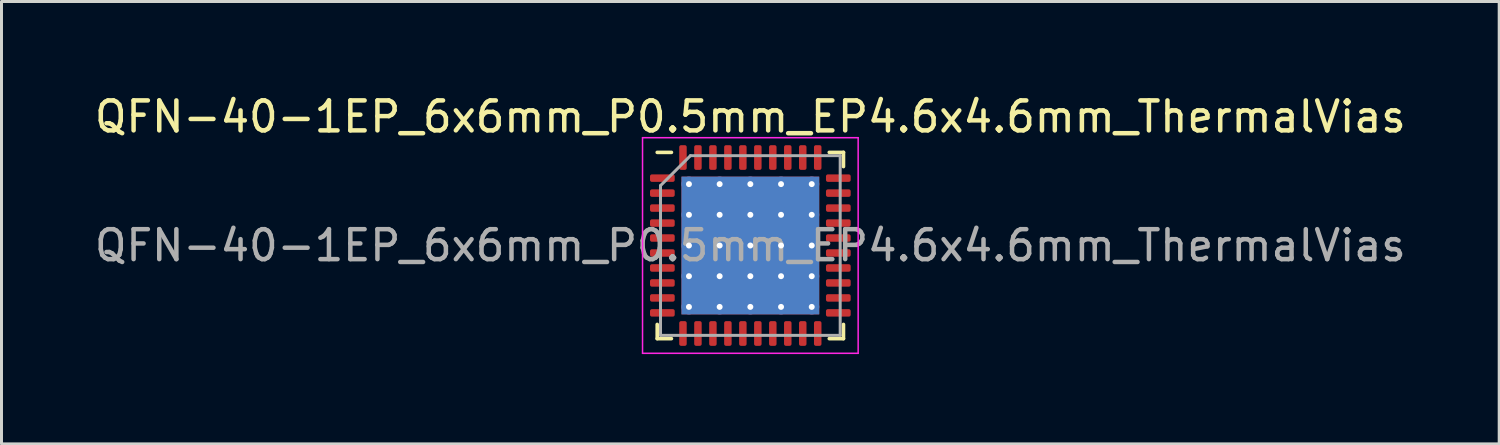
<source format=kicad_pcb>
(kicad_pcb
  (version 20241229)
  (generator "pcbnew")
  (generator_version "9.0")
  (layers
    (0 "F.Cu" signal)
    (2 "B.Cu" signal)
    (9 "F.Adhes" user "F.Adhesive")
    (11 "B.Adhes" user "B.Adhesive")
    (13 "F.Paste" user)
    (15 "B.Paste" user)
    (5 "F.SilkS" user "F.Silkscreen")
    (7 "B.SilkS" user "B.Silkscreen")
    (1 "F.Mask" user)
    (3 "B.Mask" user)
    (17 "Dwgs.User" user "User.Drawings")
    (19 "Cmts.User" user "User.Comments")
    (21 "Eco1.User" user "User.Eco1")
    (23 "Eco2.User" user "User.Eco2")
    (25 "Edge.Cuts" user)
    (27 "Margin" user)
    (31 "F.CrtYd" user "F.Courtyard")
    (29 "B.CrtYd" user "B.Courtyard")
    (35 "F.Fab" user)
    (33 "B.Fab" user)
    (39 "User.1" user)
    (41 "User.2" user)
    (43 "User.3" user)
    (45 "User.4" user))
  (footprint "QFN-40-1EP_6x6mm_P0.5mm_EP4.6x4.6mm_ThermalVias"
    (layer "F.Cu")
    (at 22.006 5.148)
    (property "Reference" "QFN-40-1EP_6x6mm_P0.5mm_EP4.6x4.6mm_ThermalVias" (at 0 -4.3 0) (layer "F.SilkS") (effects (font (size 1 1) (thickness 0.15))))
    (attr smd)
    (fp_line (start -3.11 3.11) (end -3.11 2.635) (stroke (width 0.12) (type solid)) (layer "F.SilkS"))
    (fp_line (start -2.635 -3.11) (end -3.11 -3.11) (stroke (width 0.12) (type solid)) (layer "F.SilkS"))
    (fp_line (start -2.635 3.11) (end -3.11 3.11) (stroke (width 0.12) (type solid)) (layer "F.SilkS"))
    (fp_line (start 2.635 -3.11) (end 3.11 -3.11) (stroke (width 0.12) (type solid)) (layer "F.SilkS"))
    (fp_line (start 2.635 3.11) (end 3.11 3.11) (stroke (width 0.12) (type solid)) (layer "F.SilkS"))
    (fp_line (start 3.11 -3.11) (end 3.11 -2.635) (stroke (width 0.12) (type solid)) (layer "F.SilkS"))
    (fp_line (start 3.11 3.11) (end 3.11 2.635) (stroke (width 0.12) (type solid)) (layer "F.SilkS"))
    (fp_line (start -3.6 -3.6) (end -3.6 3.6) (stroke (width 0.05) (type solid)) (layer "F.CrtYd"))
    (fp_line (start -3.6 3.6) (end 3.6 3.6) (stroke (width 0.05) (type solid)) (layer "F.CrtYd"))
    (fp_line (start 3.6 -3.6) (end -3.6 -3.6) (stroke (width 0.05) (type solid)) (layer "F.CrtYd"))
    (fp_line (start 3.6 3.6) (end 3.6 -3.6) (stroke (width 0.05) (type solid)) (layer "F.CrtYd"))
    (fp_line (start -3 -2) (end -2 -3) (stroke (width 0.1) (type solid)) (layer "F.Fab"))
    (fp_line (start -3 3) (end -3 -2) (stroke (width 0.1) (type solid)) (layer "F.Fab"))
    (fp_line (start -2 -3) (end 3 -3) (stroke (width 0.1) (type solid)) (layer "F.Fab"))
    (fp_line (start 3 -3) (end 3 3) (stroke (width 0.1) (type solid)) (layer "F.Fab"))
    (fp_line (start 3 3) (end -3 3) (stroke (width 0.1) (type solid)) (layer "F.Fab"))
    (fp_text user "${REFERENCE}" (at 0 0 0) (layer "F.Fab") (effects (font (size 1 1) (thickness 0.15))))
    (pad "" smd custom (at -1.538 -1.538) (size 0.786 0.786) (layers "F.Paste") (options (anchor circle)) (primitives (gr_poly (pts (xy 0.34 -0.253) (xy 0.34 0.253) (xy 0.253 0.34) (xy -0.253 0.34) (xy -0.34 0.253) (xy -0.34 -0.253) (xy -0.253 -0.34) (xy 0.253 -0.34)) (width 0.21) (fill yes))))
    (pad "" smd custom (at -1.538 -0.512) (size 0.786 0.786) (layers "F.Paste") (options (anchor circle)) (primitives (gr_poly (pts (xy 0.34 -0.253) (xy 0.34 0.253) (xy 0.253 0.34) (xy -0.253 0.34) (xy -0.34 0.253) (xy -0.34 -0.253) (xy -0.253 -0.34) (xy 0.253 -0.34)) (width 0.21) (fill yes))))
    (pad "" smd custom (at -1.538 0.512) (size 0.786 0.786) (layers "F.Paste") (options (anchor circle)) (primitives (gr_poly (pts (xy 0.34 -0.253) (xy 0.34 0.253) (xy 0.253 0.34) (xy -0.253 0.34) (xy -0.34 0.253) (xy -0.34 -0.253) (xy -0.253 -0.34) (xy 0.253 -0.34)) (width 0.21) (fill yes))))
    (pad "" smd custom (at -1.538 1.538) (size 0.786 0.786) (layers "F.Paste") (options (anchor circle)) (primitives (gr_poly (pts (xy 0.34 -0.253) (xy 0.34 0.253) (xy 0.253 0.34) (xy -0.253 0.34) (xy -0.34 0.253) (xy -0.34 -0.253) (xy -0.253 -0.34) (xy 0.253 -0.34)) (width 0.21) (fill yes))))
    (pad "" smd custom (at -0.512 -1.538) (size 0.786 0.786) (layers "F.Paste") (options (anchor circle)) (primitives (gr_poly (pts (xy 0.34 -0.253) (xy 0.34 0.253) (xy 0.253 0.34) (xy -0.253 0.34) (xy -0.34 0.253) (xy -0.34 -0.253) (xy -0.253 -0.34) (xy 0.253 -0.34)) (width 0.21) (fill yes))))
    (pad "" smd custom (at -0.512 -0.512) (size 0.786 0.786) (layers "F.Paste") (options (anchor circle)) (primitives (gr_poly (pts (xy 0.34 -0.253) (xy 0.34 0.253) (xy 0.253 0.34) (xy -0.253 0.34) (xy -0.34 0.253) (xy -0.34 -0.253) (xy -0.253 -0.34) (xy 0.253 -0.34)) (width 0.21) (fill yes))))
    (pad "" smd custom (at -0.512 0.512) (size 0.786 0.786) (layers "F.Paste") (options (anchor circle)) (primitives (gr_poly (pts (xy 0.34 -0.253) (xy 0.34 0.253) (xy 0.253 0.34) (xy -0.253 0.34) (xy -0.34 0.253) (xy -0.34 -0.253) (xy -0.253 -0.34) (xy 0.253 -0.34)) (width 0.21) (fill yes))))
    (pad "" smd custom (at -0.512 1.538) (size 0.786 0.786) (layers "F.Paste") (options (anchor circle)) (primitives (gr_poly (pts (xy 0.34 -0.253) (xy 0.34 0.253) (xy 0.253 0.34) (xy -0.253 0.34) (xy -0.34 0.253) (xy -0.34 -0.253) (xy -0.253 -0.34) (xy 0.253 -0.34)) (width 0.21) (fill yes))))
    (pad "" smd custom (at 0.512 -1.538) (size 0.786 0.786) (layers "F.Paste") (options (anchor circle)) (primitives (gr_poly (pts (xy 0.34 -0.253) (xy 0.34 0.253) (xy 0.253 0.34) (xy -0.253 0.34) (xy -0.34 0.253) (xy -0.34 -0.253) (xy -0.253 -0.34) (xy 0.253 -0.34)) (width 0.21) (fill yes))))
    (pad "" smd custom (at 0.512 -0.512) (size 0.786 0.786) (layers "F.Paste") (options (anchor circle)) (primitives (gr_poly (pts (xy 0.34 -0.253) (xy 0.34 0.253) (xy 0.253 0.34) (xy -0.253 0.34) (xy -0.34 0.253) (xy -0.34 -0.253) (xy -0.253 -0.34) (xy 0.253 -0.34)) (width 0.21) (fill yes))))
    (pad "" smd custom (at 0.512 0.512) (size 0.786 0.786) (layers "F.Paste") (options (anchor circle)) (primitives (gr_poly (pts (xy 0.34 -0.253) (xy 0.34 0.253) (xy 0.253 0.34) (xy -0.253 0.34) (xy -0.34 0.253) (xy -0.34 -0.253) (xy -0.253 -0.34) (xy 0.253 -0.34)) (width 0.21) (fill yes))))
    (pad "" smd custom (at 0.512 1.538) (size 0.786 0.786) (layers "F.Paste") (options (anchor circle)) (primitives (gr_poly (pts (xy 0.34 -0.253) (xy 0.34 0.253) (xy 0.253 0.34) (xy -0.253 0.34) (xy -0.34 0.253) (xy -0.34 -0.253) (xy -0.253 -0.34) (xy 0.253 -0.34)) (width 0.21) (fill yes))))
    (pad "" smd custom (at 1.538 -1.538) (size 0.786 0.786) (layers "F.Paste") (options (anchor circle)) (primitives (gr_poly (pts (xy 0.34 -0.253) (xy 0.34 0.253) (xy 0.253 0.34) (xy -0.253 0.34) (xy -0.34 0.253) (xy -0.34 -0.253) (xy -0.253 -0.34) (xy 0.253 -0.34)) (width 0.21) (fill yes))))
    (pad "" smd custom (at 1.538 -0.512) (size 0.786 0.786) (layers "F.Paste") (options (anchor circle)) (primitives (gr_poly (pts (xy 0.34 -0.253) (xy 0.34 0.253) (xy 0.253 0.34) (xy -0.253 0.34) (xy -0.34 0.253) (xy -0.34 -0.253) (xy -0.253 -0.34) (xy 0.253 -0.34)) (width 0.21) (fill yes))))
    (pad "" smd custom (at 1.538 0.512) (size 0.786 0.786) (layers "F.Paste") (options (anchor circle)) (primitives (gr_poly (pts (xy 0.34 -0.253) (xy 0.34 0.253) (xy 0.253 0.34) (xy -0.253 0.34) (xy -0.34 0.253) (xy -0.34 -0.253) (xy -0.253 -0.34) (xy 0.253 -0.34)) (width 0.21) (fill yes))))
    (pad "" smd custom (at 1.538 1.538) (size 0.786 0.786) (layers "F.Paste") (options (anchor circle)) (primitives (gr_poly (pts (xy 0.34 -0.253) (xy 0.34 0.253) (xy 0.253 0.34) (xy -0.253 0.34) (xy -0.34 0.253) (xy -0.34 -0.253) (xy -0.253 -0.34) (xy 0.253 -0.34)) (width 0.21) (fill yes))))
    (pad "1" smd roundrect (at -2.938 -2.25) (size 0.825 0.25) (layers "F.Cu" "F.Mask" "F.Paste") (roundrect_rratio 0.25))
    (pad "2" smd roundrect (at -2.938 -1.75) (size 0.825 0.25) (layers "F.Cu" "F.Mask" "F.Paste") (roundrect_rratio 0.25))
    (pad "3" smd roundrect (at -2.938 -1.25) (size 0.825 0.25) (layers "F.Cu" "F.Mask" "F.Paste") (roundrect_rratio 0.25))
    (pad "4" smd roundrect (at -2.938 -0.75) (size 0.825 0.25) (layers "F.Cu" "F.Mask" "F.Paste") (roundrect_rratio 0.25))
    (pad "5" smd roundrect (at -2.938 -0.25) (size 0.825 0.25) (layers "F.Cu" "F.Mask" "F.Paste") (roundrect_rratio 0.25))
    (pad "6" smd roundrect (at -2.938 0.25) (size 0.825 0.25) (layers "F.Cu" "F.Mask" "F.Paste") (roundrect_rratio 0.25))
    (pad "7" smd roundrect (at -2.938 0.75) (size 0.825 0.25) (layers "F.Cu" "F.Mask" "F.Paste") (roundrect_rratio 0.25))
    (pad "8" smd roundrect (at -2.938 1.25) (size 0.825 0.25) (layers "F.Cu" "F.Mask" "F.Paste") (roundrect_rratio 0.25))
    (pad "9" smd roundrect (at -2.938 1.75) (size 0.825 0.25) (layers "F.Cu" "F.Mask" "F.Paste") (roundrect_rratio 0.25))
    (pad "10" smd roundrect (at -2.938 2.25) (size 0.825 0.25) (layers "F.Cu" "F.Mask" "F.Paste") (roundrect_rratio 0.25))
    (pad "11" smd roundrect (at -2.25 2.938) (size 0.25 0.825) (layers "F.Cu" "F.Mask" "F.Paste") (roundrect_rratio 0.25))
    (pad "12" smd roundrect (at -1.75 2.938) (size 0.25 0.825) (layers "F.Cu" "F.Mask" "F.Paste") (roundrect_rratio 0.25))
    (pad "13" smd roundrect (at -1.25 2.938) (size 0.25 0.825) (layers "F.Cu" "F.Mask" "F.Paste") (roundrect_rratio 0.25))
    (pad "14" smd roundrect (at -0.75 2.938) (size 0.25 0.825) (layers "F.Cu" "F.Mask" "F.Paste") (roundrect_rratio 0.25))
    (pad "15" smd roundrect (at -0.25 2.938) (size 0.25 0.825) (layers "F.Cu" "F.Mask" "F.Paste") (roundrect_rratio 0.25))
    (pad "16" smd roundrect (at 0.25 2.938) (size 0.25 0.825) (layers "F.Cu" "F.Mask" "F.Paste") (roundrect_rratio 0.25))
    (pad "17" smd roundrect (at 0.75 2.938) (size 0.25 0.825) (layers "F.Cu" "F.Mask" "F.Paste") (roundrect_rratio 0.25))
    (pad "18" smd roundrect (at 1.25 2.938) (size 0.25 0.825) (layers "F.Cu" "F.Mask" "F.Paste") (roundrect_rratio 0.25))
    (pad "19" smd roundrect (at 1.75 2.938) (size 0.25 0.825) (layers "F.Cu" "F.Mask" "F.Paste") (roundrect_rratio 0.25))
    (pad "20" smd roundrect (at 2.25 2.938) (size 0.25 0.825) (layers "F.Cu" "F.Mask" "F.Paste") (roundrect_rratio 0.25))
    (pad "21" smd roundrect (at 2.938 2.25) (size 0.825 0.25) (layers "F.Cu" "F.Mask" "F.Paste") (roundrect_rratio 0.25))
    (pad "22" smd roundrect (at 2.938 1.75) (size 0.825 0.25) (layers "F.Cu" "F.Mask" "F.Paste") (roundrect_rratio 0.25))
    (pad "23" smd roundrect (at 2.938 1.25) (size 0.825 0.25) (layers "F.Cu" "F.Mask" "F.Paste") (roundrect_rratio 0.25))
    (pad "24" smd roundrect (at 2.938 0.75) (size 0.825 0.25) (layers "F.Cu" "F.Mask" "F.Paste") (roundrect_rratio 0.25))
    (pad "25" smd roundrect (at 2.938 0.25) (size 0.825 0.25) (layers "F.Cu" "F.Mask" "F.Paste") (roundrect_rratio 0.25))
    (pad "26" smd roundrect (at 2.938 -0.25) (size 0.825 0.25) (layers "F.Cu" "F.Mask" "F.Paste") (roundrect_rratio 0.25))
    (pad "27" smd roundrect (at 2.938 -0.75) (size 0.825 0.25) (layers "F.Cu" "F.Mask" "F.Paste") (roundrect_rratio 0.25))
    (pad "28" smd roundrect (at 2.938 -1.25) (size 0.825 0.25) (layers "F.Cu" "F.Mask" "F.Paste") (roundrect_rratio 0.25))
    (pad "29" smd roundrect (at 2.938 -1.75) (size 0.825 0.25) (layers "F.Cu" "F.Mask" "F.Paste") (roundrect_rratio 0.25))
    (pad "30" smd roundrect (at 2.938 -2.25) (size 0.825 0.25) (layers "F.Cu" "F.Mask" "F.Paste") (roundrect_rratio 0.25))
    (pad "31" smd roundrect (at 2.25 -2.938) (size 0.25 0.825) (layers "F.Cu" "F.Mask" "F.Paste") (roundrect_rratio 0.25))
    (pad "32" smd roundrect (at 1.75 -2.938) (size 0.25 0.825) (layers "F.Cu" "F.Mask" "F.Paste") (roundrect_rratio 0.25))
    (pad "33" smd roundrect (at 1.25 -2.938) (size 0.25 0.825) (layers "F.Cu" "F.Mask" "F.Paste") (roundrect_rratio 0.25))
    (pad "34" smd roundrect (at 0.75 -2.938) (size 0.25 0.825) (layers "F.Cu" "F.Mask" "F.Paste") (roundrect_rratio 0.25))
    (pad "35" smd roundrect (at 0.25 -2.938) (size 0.25 0.825) (layers "F.Cu" "F.Mask" "F.Paste") (roundrect_rratio 0.25))
    (pad "36" smd roundrect (at -0.25 -2.938) (size 0.25 0.825) (layers "F.Cu" "F.Mask" "F.Paste") (roundrect_rratio 0.25))
    (pad "37" smd roundrect (at -0.75 -2.938) (size 0.25 0.825) (layers "F.Cu" "F.Mask" "F.Paste") (roundrect_rratio 0.25))
    (pad "38" smd roundrect (at -1.25 -2.938) (size 0.25 0.825) (layers "F.Cu" "F.Mask" "F.Paste") (roundrect_rratio 0.25))
    (pad "39" smd roundrect (at -1.75 -2.938) (size 0.25 0.825) (layers "F.Cu" "F.Mask" "F.Paste") (roundrect_rratio 0.25))
    (pad "40" smd roundrect (at -2.25 -2.938) (size 0.25 0.825) (layers "F.Cu" "F.Mask" "F.Paste") (roundrect_rratio 0.25))
    (pad "41" thru_hole circle (at -2.05 -2.05) (size 0.5 0.5) (drill 0.2) (layers "*.Cu"))
    (pad "41" thru_hole circle (at -2.05 -1.025) (size 0.5 0.5) (drill 0.2) (layers "*.Cu"))
    (pad "41" thru_hole circle (at -2.05 0) (size 0.5 0.5) (drill 0.2) (layers "*.Cu"))
    (pad "41" thru_hole circle (at -2.05 1.025) (size 0.5 0.5) (drill 0.2) (layers "*.Cu"))
    (pad "41" thru_hole circle (at -2.05 2.05) (size 0.5 0.5) (drill 0.2) (layers "*.Cu"))
    (pad "41" thru_hole circle (at -1.025 -2.05) (size 0.5 0.5) (drill 0.2) (layers "*.Cu"))
    (pad "41" thru_hole circle (at -1.025 -1.025) (size 0.5 0.5) (drill 0.2) (layers "*.Cu"))
    (pad "41" thru_hole circle (at -1.025 0) (size 0.5 0.5) (drill 0.2) (layers "*.Cu"))
    (pad "41" thru_hole circle (at -1.025 1.025) (size 0.5 0.5) (drill 0.2) (layers "*.Cu"))
    (pad "41" thru_hole circle (at -1.025 2.05) (size 0.5 0.5) (drill 0.2) (layers "*.Cu"))
    (pad "41" thru_hole circle (at 0 -2.05) (size 0.5 0.5) (drill 0.2) (layers "*.Cu"))
    (pad "41" thru_hole circle (at 0 -1.025) (size 0.5 0.5) (drill 0.2) (layers "*.Cu"))
    (pad "41" thru_hole circle (at 0 0) (size 0.5 0.5) (drill 0.2) (layers "*.Cu"))
    (pad "41" smd rect (at 0 0) (size 4.6 4.6) (layers "F.Cu" "F.Mask"))
    (pad "41" smd rect (at 0 0) (size 4.6 4.6) (layers "B.Cu"))
    (pad "41" thru_hole circle (at 0 1.025) (size 0.5 0.5) (drill 0.2) (layers "*.Cu"))
    (pad "41" thru_hole circle (at 0 2.05) (size 0.5 0.5) (drill 0.2) (layers "*.Cu"))
    (pad "41" thru_hole circle (at 1.025 -2.05) (size 0.5 0.5) (drill 0.2) (layers "*.Cu"))
    (pad "41" thru_hole circle (at 1.025 -1.025) (size 0.5 0.5) (drill 0.2) (layers "*.Cu"))
    (pad "41" thru_hole circle (at 1.025 0) (size 0.5 0.5) (drill 0.2) (layers "*.Cu"))
    (pad "41" thru_hole circle (at 1.025 1.025) (size 0.5 0.5) (drill 0.2) (layers "*.Cu"))
    (pad "41" thru_hole circle (at 1.025 2.05) (size 0.5 0.5) (drill 0.2) (layers "*.Cu"))
    (pad "41" thru_hole circle (at 2.05 -2.05) (size 0.5 0.5) (drill 0.2) (layers "*.Cu"))
    (pad "41" thru_hole circle (at 2.05 -1.025) (size 0.5 0.5) (drill 0.2) (layers "*.Cu"))
    (pad "41" thru_hole circle (at 2.05 0) (size 0.5 0.5) (drill 0.2) (layers "*.Cu"))
    (pad "41" thru_hole circle (at 2.05 1.025) (size 0.5 0.5) (drill 0.2) (layers "*.Cu"))
    (pad "41" thru_hole circle (at 2.05 2.05) (size 0.5 0.5) (drill 0.2) (layers "*.Cu")))
  (gr_rect
    (start -3 -3)
    (end 47.012 11.773)
    (stroke (width 0.1) (type default))
    (fill no)
    (layer "Edge.Cuts")))
</source>
